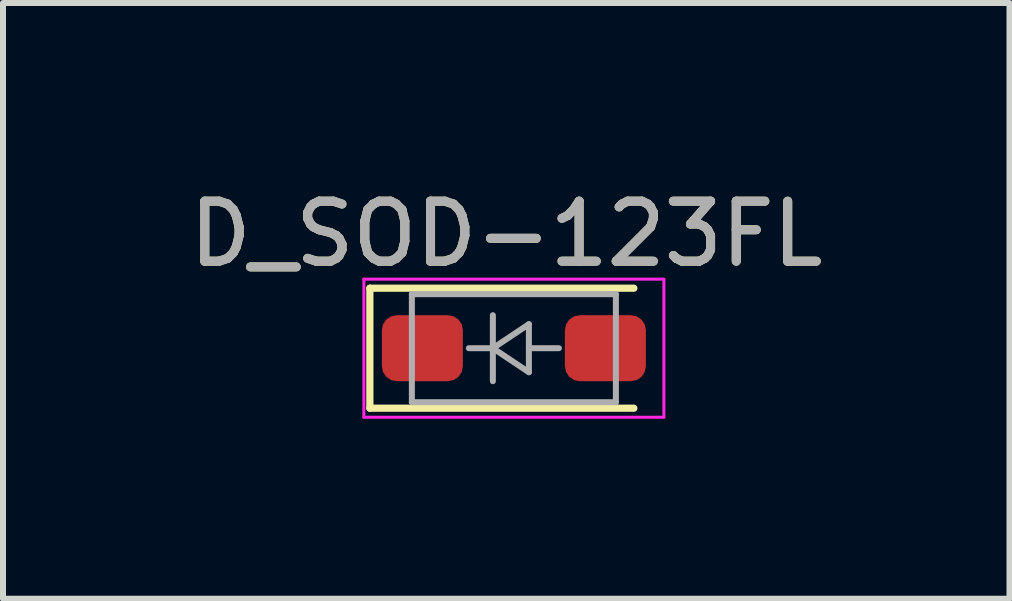
<source format=kicad_pcb>
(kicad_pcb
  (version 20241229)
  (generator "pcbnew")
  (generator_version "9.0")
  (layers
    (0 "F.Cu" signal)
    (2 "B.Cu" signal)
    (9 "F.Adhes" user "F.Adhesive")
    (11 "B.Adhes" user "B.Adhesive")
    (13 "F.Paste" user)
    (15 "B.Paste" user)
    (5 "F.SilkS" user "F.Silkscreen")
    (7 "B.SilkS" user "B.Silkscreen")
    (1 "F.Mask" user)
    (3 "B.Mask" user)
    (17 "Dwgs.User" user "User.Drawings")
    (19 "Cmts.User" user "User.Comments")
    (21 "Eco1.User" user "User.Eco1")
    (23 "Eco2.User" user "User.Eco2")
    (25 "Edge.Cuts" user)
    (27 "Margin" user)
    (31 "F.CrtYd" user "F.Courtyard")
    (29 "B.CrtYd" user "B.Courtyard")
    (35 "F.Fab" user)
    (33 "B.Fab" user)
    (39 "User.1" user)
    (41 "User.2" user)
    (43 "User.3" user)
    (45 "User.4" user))
  (footprint "D_SOD-123FL"
    (layer "F.Cu")
    (at 5.514 2.753)
    (property "Reference" "D_SOD-123FL" (at -0.127 -1.905 0) (layer "F.SilkS") (effects (font (size 1 1) (thickness 0.15))))
    (attr smd)
    (fp_line (start -2.4 -1) (end -2.4 1) (stroke (width 0.12) (type solid)) (layer "F.SilkS"))
    (fp_line (start -2.4 -1) (end 2 -1) (stroke (width 0.12) (type solid)) (layer "F.SilkS"))
    (fp_line (start -2.4 1) (end 2 1) (stroke (width 0.12) (type solid)) (layer "F.SilkS"))
    (fp_line (start -2.5 -1.15) (end -2.5 1.15) (stroke (width 0.05) (type solid)) (layer "F.CrtYd"))
    (fp_line (start -2.5 -1.15) (end 2.5 -1.15) (stroke (width 0.05) (type solid)) (layer "F.CrtYd"))
    (fp_line (start 2.5 -1.15) (end 2.5 1.15) (stroke (width 0.05) (type solid)) (layer "F.CrtYd"))
    (fp_line (start 2.5 1.15) (end -2.5 1.15) (stroke (width 0.05) (type solid)) (layer "F.CrtYd"))
    (fp_line (start -1.7 -0.9) (end 1.7 -0.9) (stroke (width 0.1) (type solid)) (layer "F.Fab"))
    (fp_line (start -1.7 0.9) (end -1.7 -0.9) (stroke (width 0.1) (type solid)) (layer "F.Fab"))
    (fp_line (start -0.75 0) (end -0.35 0) (stroke (width 0.1) (type solid)) (layer "F.Fab"))
    (fp_line (start -0.35 0) (end -0.35 -0.55) (stroke (width 0.1) (type solid)) (layer "F.Fab"))
    (fp_line (start -0.35 0) (end -0.35 0.55) (stroke (width 0.1) (type solid)) (layer "F.Fab"))
    (fp_line (start -0.35 0) (end 0.25 -0.4) (stroke (width 0.1) (type solid)) (layer "F.Fab"))
    (fp_line (start 0.25 -0.4) (end 0.25 0.4) (stroke (width 0.1) (type solid)) (layer "F.Fab"))
    (fp_line (start 0.25 0) (end 0.75 0) (stroke (width 0.1) (type solid)) (layer "F.Fab"))
    (fp_line (start 0.25 0.4) (end -0.35 0) (stroke (width 0.1) (type solid)) (layer "F.Fab"))
    (fp_line (start 1.7 -0.9) (end 1.7 0.9) (stroke (width 0.1) (type solid)) (layer "F.Fab"))
    (fp_line (start 1.7 0.9) (end -1.7 0.9) (stroke (width 0.1) (type solid)) (layer "F.Fab"))
    (fp_text user "${REFERENCE}" (at -0.127 -1.905 0) (layer "F.Fab") (effects (font (size 1 1) (thickness 0.15))))
    (pad "1" smd roundrect (at -1.525 0) (size 1.35 1.1) (layers "F.Cu" "F.Mask" "F.Paste") (roundrect_rratio 0.227))
    (pad "2" smd roundrect (at 1.525 0) (size 1.35 1.1) (layers "F.Cu" "F.Mask" "F.Paste") (roundrect_rratio 0.227)))
  (gr_rect
    (start -3 -3)
    (end 13.774 6.928)
    (stroke (width 0.1) (type default))
    (fill no)
    (layer "Edge.Cuts")))
</source>
